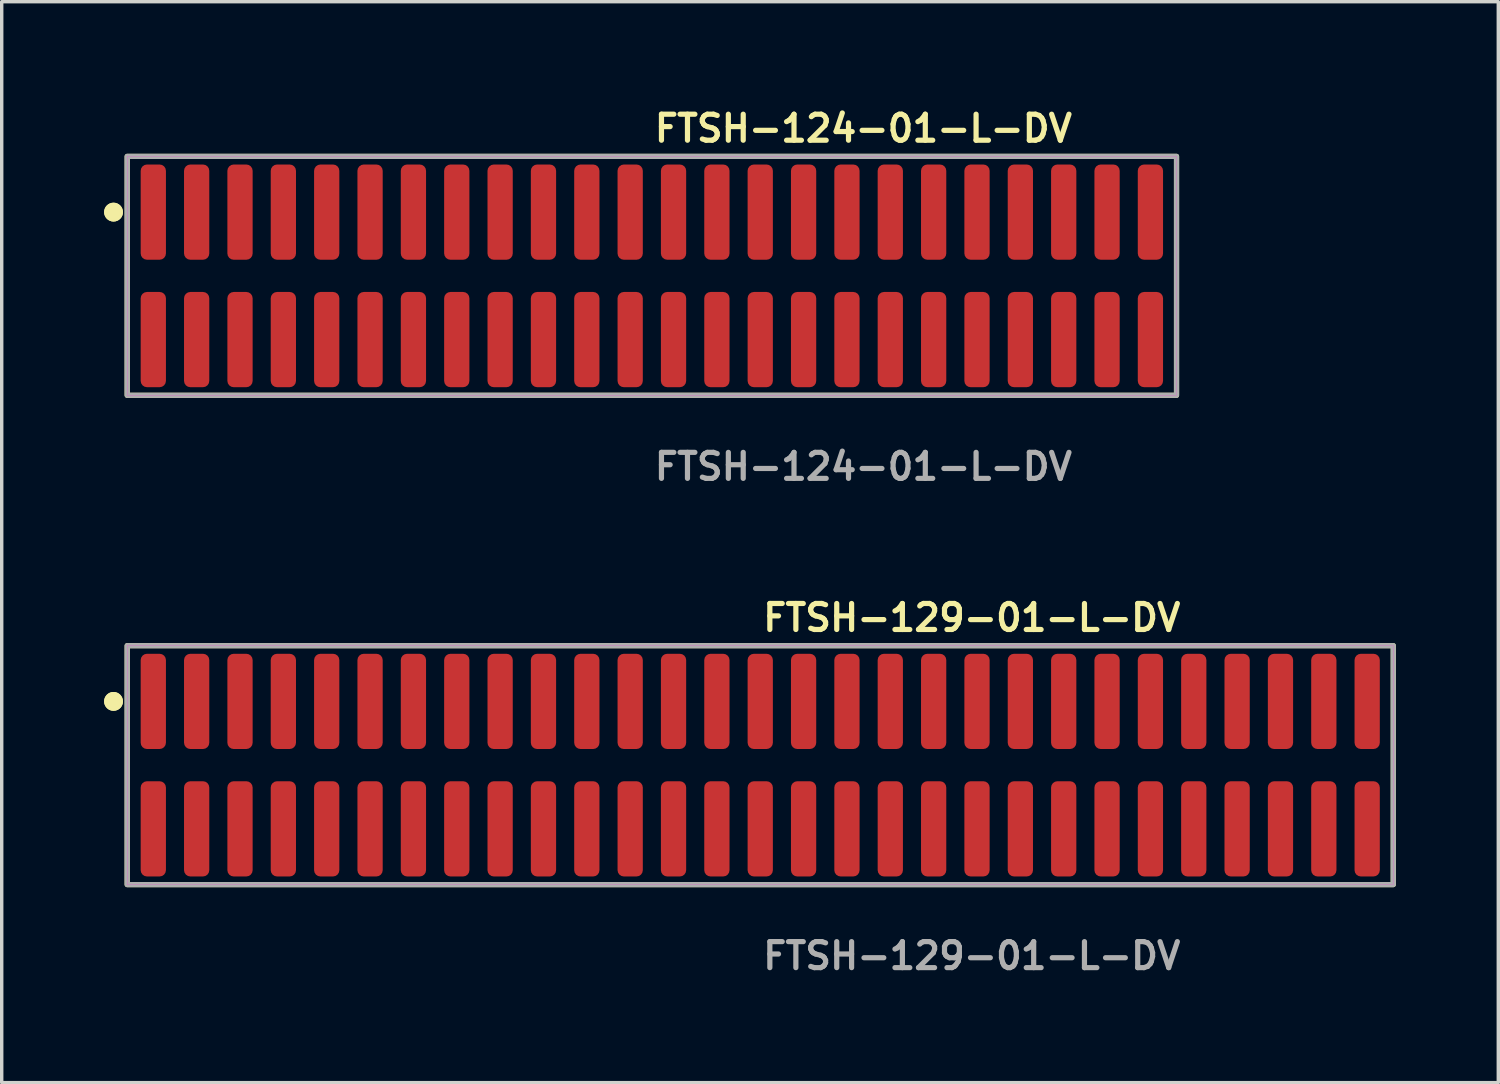
<source format=kicad_pcb>
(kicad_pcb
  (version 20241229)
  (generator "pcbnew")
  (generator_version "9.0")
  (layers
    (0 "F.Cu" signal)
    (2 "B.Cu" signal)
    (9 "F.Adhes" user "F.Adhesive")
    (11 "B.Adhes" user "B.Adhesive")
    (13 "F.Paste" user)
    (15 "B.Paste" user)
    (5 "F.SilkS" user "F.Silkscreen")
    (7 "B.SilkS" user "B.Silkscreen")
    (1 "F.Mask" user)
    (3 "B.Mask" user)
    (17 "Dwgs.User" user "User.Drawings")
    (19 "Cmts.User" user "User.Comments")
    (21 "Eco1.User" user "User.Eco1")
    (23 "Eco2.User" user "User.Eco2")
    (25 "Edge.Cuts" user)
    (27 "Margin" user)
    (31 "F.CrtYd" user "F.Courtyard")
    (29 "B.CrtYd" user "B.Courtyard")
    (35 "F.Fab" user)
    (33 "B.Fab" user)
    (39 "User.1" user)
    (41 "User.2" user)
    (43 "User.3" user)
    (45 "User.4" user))
  (footprint "FTSH-124-01-L-DV"
    (layer "F.Cu")
    (at 16.046 5.031)
    (property "Reference" "FTSH-124-01-L-DV" (at 0 -4.318 0) (unlocked yes) (layer "F.SilkS") (effects (font (size 0.762 0.762) (thickness 0.152)) (justify left)))
    (fp_rect (start -15.37 3.5) (end 15.37 -3.5) (stroke (width 0.152) (type solid)) (fill no) (layer "F.SilkS"))
    (fp_circle (center -15.77 -1.867) (end -15.97 -1.867) (stroke (width 0.152) (type solid)) (fill yes) (layer "F.SilkS"))
    (fp_circle (center -15.77 -1.867) (end -15.97 -1.867) (stroke (width 0.152) (type solid)) (fill yes) (layer "F.SilkS"))
    (fp_rect (start -15.37 3.5) (end 15.37 -3.5) (stroke (width 0.006) (type solid)) (fill no) (layer "F.CrtYd"))
    (fp_rect (start -15.37 3.5) (end 15.37 -3.5) (stroke (width 0.152) (type solid)) (fill no) (layer "F.Fab"))
    (fp_text user "${REFERENCE}" (at 0 5.588 0) (unlocked yes) (layer "F.Fab") (effects (font (size 0.762 0.762) (thickness 0.152)) (justify left)))
    (pad "1" smd roundrect (at -14.605 -1.867) (size 0.74 2.79) (layers "F.Cu" "F.Paste") (roundrect_rratio 0.25))
    (pad "2" smd roundrect (at -14.605 1.867) (size 0.74 2.79) (layers "F.Cu" "F.Paste") (roundrect_rratio 0.25))
    (pad "3" smd roundrect (at -13.335 -1.867) (size 0.74 2.79) (layers "F.Cu" "F.Paste") (roundrect_rratio 0.25))
    (pad "4" smd roundrect (at -13.335 1.867) (size 0.74 2.79) (layers "F.Cu" "F.Paste") (roundrect_rratio 0.25))
    (pad "5" smd roundrect (at -12.065 -1.867) (size 0.74 2.79) (layers "F.Cu" "F.Paste") (roundrect_rratio 0.25))
    (pad "6" smd roundrect (at -12.065 1.867) (size 0.74 2.79) (layers "F.Cu" "F.Paste") (roundrect_rratio 0.25))
    (pad "7" smd roundrect (at -10.795 -1.867) (size 0.74 2.79) (layers "F.Cu" "F.Paste") (roundrect_rratio 0.25))
    (pad "8" smd roundrect (at -10.795 1.867) (size 0.74 2.79) (layers "F.Cu" "F.Paste") (roundrect_rratio 0.25))
    (pad "9" smd roundrect (at -9.525 -1.867) (size 0.74 2.79) (layers "F.Cu" "F.Paste") (roundrect_rratio 0.25))
    (pad "10" smd roundrect (at -9.525 1.867) (size 0.74 2.79) (layers "F.Cu" "F.Paste") (roundrect_rratio 0.25))
    (pad "11" smd roundrect (at -8.255 -1.867) (size 0.74 2.79) (layers "F.Cu" "F.Paste") (roundrect_rratio 0.25))
    (pad "12" smd roundrect (at -8.255 1.867) (size 0.74 2.79) (layers "F.Cu" "F.Paste") (roundrect_rratio 0.25))
    (pad "13" smd roundrect (at -6.985 -1.867) (size 0.74 2.79) (layers "F.Cu" "F.Paste") (roundrect_rratio 0.25))
    (pad "14" smd roundrect (at -6.985 1.867) (size 0.74 2.79) (layers "F.Cu" "F.Paste") (roundrect_rratio 0.25))
    (pad "15" smd roundrect (at -5.715 -1.867) (size 0.74 2.79) (layers "F.Cu" "F.Paste") (roundrect_rratio 0.25))
    (pad "16" smd roundrect (at -5.715 1.867) (size 0.74 2.79) (layers "F.Cu" "F.Paste") (roundrect_rratio 0.25))
    (pad "17" smd roundrect (at -4.445 -1.867) (size 0.74 2.79) (layers "F.Cu" "F.Paste") (roundrect_rratio 0.25))
    (pad "18" smd roundrect (at -4.445 1.867) (size 0.74 2.79) (layers "F.Cu" "F.Paste") (roundrect_rratio 0.25))
    (pad "19" smd roundrect (at -3.175 -1.867) (size 0.74 2.79) (layers "F.Cu" "F.Paste") (roundrect_rratio 0.25))
    (pad "20" smd roundrect (at -3.175 1.867) (size 0.74 2.79) (layers "F.Cu" "F.Paste") (roundrect_rratio 0.25))
    (pad "21" smd roundrect (at -1.905 -1.867) (size 0.74 2.79) (layers "F.Cu" "F.Paste") (roundrect_rratio 0.25))
    (pad "22" smd roundrect (at -1.905 1.867) (size 0.74 2.79) (layers "F.Cu" "F.Paste") (roundrect_rratio 0.25))
    (pad "23" smd roundrect (at -0.635 -1.867) (size 0.74 2.79) (layers "F.Cu" "F.Paste") (roundrect_rratio 0.25))
    (pad "24" smd roundrect (at -0.635 1.867) (size 0.74 2.79) (layers "F.Cu" "F.Paste") (roundrect_rratio 0.25))
    (pad "25" smd roundrect (at 0.635 -1.867) (size 0.74 2.79) (layers "F.Cu" "F.Paste") (roundrect_rratio 0.25))
    (pad "26" smd roundrect (at 0.635 1.867) (size 0.74 2.79) (layers "F.Cu" "F.Paste") (roundrect_rratio 0.25))
    (pad "27" smd roundrect (at 1.905 -1.867) (size 0.74 2.79) (layers "F.Cu" "F.Paste") (roundrect_rratio 0.25))
    (pad "28" smd roundrect (at 1.905 1.867) (size 0.74 2.79) (layers "F.Cu" "F.Paste") (roundrect_rratio 0.25))
    (pad "29" smd roundrect (at 3.175 -1.867) (size 0.74 2.79) (layers "F.Cu" "F.Paste") (roundrect_rratio 0.25))
    (pad "30" smd roundrect (at 3.175 1.867) (size 0.74 2.79) (layers "F.Cu" "F.Paste") (roundrect_rratio 0.25))
    (pad "31" smd roundrect (at 4.445 -1.867) (size 0.74 2.79) (layers "F.Cu" "F.Paste") (roundrect_rratio 0.25))
    (pad "32" smd roundrect (at 4.445 1.867) (size 0.74 2.79) (layers "F.Cu" "F.Paste") (roundrect_rratio 0.25))
    (pad "33" smd roundrect (at 5.715 -1.867) (size 0.74 2.79) (layers "F.Cu" "F.Paste") (roundrect_rratio 0.25))
    (pad "34" smd roundrect (at 5.715 1.867) (size 0.74 2.79) (layers "F.Cu" "F.Paste") (roundrect_rratio 0.25))
    (pad "35" smd roundrect (at 6.985 -1.867) (size 0.74 2.79) (layers "F.Cu" "F.Paste") (roundrect_rratio 0.25))
    (pad "36" smd roundrect (at 6.985 1.867) (size 0.74 2.79) (layers "F.Cu" "F.Paste") (roundrect_rratio 0.25))
    (pad "37" smd roundrect (at 8.255 -1.867) (size 0.74 2.79) (layers "F.Cu" "F.Paste") (roundrect_rratio 0.25))
    (pad "38" smd roundrect (at 8.255 1.867) (size 0.74 2.79) (layers "F.Cu" "F.Paste") (roundrect_rratio 0.25))
    (pad "39" smd roundrect (at 9.525 -1.867) (size 0.74 2.79) (layers "F.Cu" "F.Paste") (roundrect_rratio 0.25))
    (pad "40" smd roundrect (at 9.525 1.867) (size 0.74 2.79) (layers "F.Cu" "F.Paste") (roundrect_rratio 0.25))
    (pad "41" smd roundrect (at 10.795 -1.867) (size 0.74 2.79) (layers "F.Cu" "F.Paste") (roundrect_rratio 0.25))
    (pad "42" smd roundrect (at 10.795 1.867) (size 0.74 2.79) (layers "F.Cu" "F.Paste") (roundrect_rratio 0.25))
    (pad "43" smd roundrect (at 12.065 -1.867) (size 0.74 2.79) (layers "F.Cu" "F.Paste") (roundrect_rratio 0.25))
    (pad "44" smd roundrect (at 12.065 1.867) (size 0.74 2.79) (layers "F.Cu" "F.Paste") (roundrect_rratio 0.25))
    (pad "45" smd roundrect (at 13.335 -1.867) (size 0.74 2.79) (layers "F.Cu" "F.Paste") (roundrect_rratio 0.25))
    (pad "46" smd roundrect (at 13.335 1.867) (size 0.74 2.79) (layers "F.Cu" "F.Paste") (roundrect_rratio 0.25))
    (pad "47" smd roundrect (at 14.605 -1.867) (size 0.74 2.79) (layers "F.Cu" "F.Paste") (roundrect_rratio 0.25))
    (pad "48" smd roundrect (at 14.605 1.867) (size 0.74 2.79) (layers "F.Cu" "F.Paste") (roundrect_rratio 0.25)))
  (footprint "FTSH-129-01-L-DV"
    (layer "F.Cu")
    (at 19.221 19.364)
    (property "Reference" "FTSH-129-01-L-DV" (at 0 -4.318 0) (unlocked yes) (layer "F.SilkS") (effects (font (size 0.762 0.762) (thickness 0.152)) (justify left)))
    (fp_rect (start -18.545 3.5) (end 18.545 -3.5) (stroke (width 0.152) (type solid)) (fill no) (layer "F.SilkS"))
    (fp_circle (center -18.945 -1.867) (end -19.145 -1.867) (stroke (width 0.152) (type solid)) (fill yes) (layer "F.SilkS"))
    (fp_circle (center -18.945 -1.867) (end -19.145 -1.867) (stroke (width 0.152) (type solid)) (fill yes) (layer "F.SilkS"))
    (fp_rect (start -18.545 3.5) (end 18.545 -3.5) (stroke (width 0.006) (type solid)) (fill no) (layer "F.CrtYd"))
    (fp_rect (start -18.545 3.5) (end 18.545 -3.5) (stroke (width 0.152) (type solid)) (fill no) (layer "F.Fab"))
    (fp_text user "${REFERENCE}" (at 0 5.588 0) (unlocked yes) (layer "F.Fab") (effects (font (size 0.762 0.762) (thickness 0.152)) (justify left)))
    (pad "1" smd roundrect (at -17.78 -1.867) (size 0.74 2.79) (layers "F.Cu" "F.Paste") (roundrect_rratio 0.25))
    (pad "2" smd roundrect (at -17.78 1.867) (size 0.74 2.79) (layers "F.Cu" "F.Paste") (roundrect_rratio 0.25))
    (pad "3" smd roundrect (at -16.51 -1.867) (size 0.74 2.79) (layers "F.Cu" "F.Paste") (roundrect_rratio 0.25))
    (pad "4" smd roundrect (at -16.51 1.867) (size 0.74 2.79) (layers "F.Cu" "F.Paste") (roundrect_rratio 0.25))
    (pad "5" smd roundrect (at -15.24 -1.867) (size 0.74 2.79) (layers "F.Cu" "F.Paste") (roundrect_rratio 0.25))
    (pad "6" smd roundrect (at -15.24 1.867) (size 0.74 2.79) (layers "F.Cu" "F.Paste") (roundrect_rratio 0.25))
    (pad "7" smd roundrect (at -13.97 -1.867) (size 0.74 2.79) (layers "F.Cu" "F.Paste") (roundrect_rratio 0.25))
    (pad "8" smd roundrect (at -13.97 1.867) (size 0.74 2.79) (layers "F.Cu" "F.Paste") (roundrect_rratio 0.25))
    (pad "9" smd roundrect (at -12.7 -1.867) (size 0.74 2.79) (layers "F.Cu" "F.Paste") (roundrect_rratio 0.25))
    (pad "10" smd roundrect (at -12.7 1.867) (size 0.74 2.79) (layers "F.Cu" "F.Paste") (roundrect_rratio 0.25))
    (pad "11" smd roundrect (at -11.43 -1.867) (size 0.74 2.79) (layers "F.Cu" "F.Paste") (roundrect_rratio 0.25))
    (pad "12" smd roundrect (at -11.43 1.867) (size 0.74 2.79) (layers "F.Cu" "F.Paste") (roundrect_rratio 0.25))
    (pad "13" smd roundrect (at -10.16 -1.867) (size 0.74 2.79) (layers "F.Cu" "F.Paste") (roundrect_rratio 0.25))
    (pad "14" smd roundrect (at -10.16 1.867) (size 0.74 2.79) (layers "F.Cu" "F.Paste") (roundrect_rratio 0.25))
    (pad "15" smd roundrect (at -8.89 -1.867) (size 0.74 2.79) (layers "F.Cu" "F.Paste") (roundrect_rratio 0.25))
    (pad "16" smd roundrect (at -8.89 1.867) (size 0.74 2.79) (layers "F.Cu" "F.Paste") (roundrect_rratio 0.25))
    (pad "17" smd roundrect (at -7.62 -1.867) (size 0.74 2.79) (layers "F.Cu" "F.Paste") (roundrect_rratio 0.25))
    (pad "18" smd roundrect (at -7.62 1.867) (size 0.74 2.79) (layers "F.Cu" "F.Paste") (roundrect_rratio 0.25))
    (pad "19" smd roundrect (at -6.35 -1.867) (size 0.74 2.79) (layers "F.Cu" "F.Paste") (roundrect_rratio 0.25))
    (pad "20" smd roundrect (at -6.35 1.867) (size 0.74 2.79) (layers "F.Cu" "F.Paste") (roundrect_rratio 0.25))
    (pad "21" smd roundrect (at -5.08 -1.867) (size 0.74 2.79) (layers "F.Cu" "F.Paste") (roundrect_rratio 0.25))
    (pad "22" smd roundrect (at -5.08 1.867) (size 0.74 2.79) (layers "F.Cu" "F.Paste") (roundrect_rratio 0.25))
    (pad "23" smd roundrect (at -3.81 -1.867) (size 0.74 2.79) (layers "F.Cu" "F.Paste") (roundrect_rratio 0.25))
    (pad "24" smd roundrect (at -3.81 1.867) (size 0.74 2.79) (layers "F.Cu" "F.Paste") (roundrect_rratio 0.25))
    (pad "25" smd roundrect (at -2.54 -1.867) (size 0.74 2.79) (layers "F.Cu" "F.Paste") (roundrect_rratio 0.25))
    (pad "26" smd roundrect (at -2.54 1.867) (size 0.74 2.79) (layers "F.Cu" "F.Paste") (roundrect_rratio 0.25))
    (pad "27" smd roundrect (at -1.27 -1.867) (size 0.74 2.79) (layers "F.Cu" "F.Paste") (roundrect_rratio 0.25))
    (pad "28" smd roundrect (at -1.27 1.867) (size 0.74 2.79) (layers "F.Cu" "F.Paste") (roundrect_rratio 0.25))
    (pad "29" smd roundrect (at 0 -1.867) (size 0.74 2.79) (layers "F.Cu" "F.Paste") (roundrect_rratio 0.25))
    (pad "30" smd roundrect (at 0 1.867) (size 0.74 2.79) (layers "F.Cu" "F.Paste") (roundrect_rratio 0.25))
    (pad "31" smd roundrect (at 1.27 -1.867) (size 0.74 2.79) (layers "F.Cu" "F.Paste") (roundrect_rratio 0.25))
    (pad "32" smd roundrect (at 1.27 1.867) (size 0.74 2.79) (layers "F.Cu" "F.Paste") (roundrect_rratio 0.25))
    (pad "33" smd roundrect (at 2.54 -1.867) (size 0.74 2.79) (layers "F.Cu" "F.Paste") (roundrect_rratio 0.25))
    (pad "34" smd roundrect (at 2.54 1.867) (size 0.74 2.79) (layers "F.Cu" "F.Paste") (roundrect_rratio 0.25))
    (pad "35" smd roundrect (at 3.81 -1.867) (size 0.74 2.79) (layers "F.Cu" "F.Paste") (roundrect_rratio 0.25))
    (pad "36" smd roundrect (at 3.81 1.867) (size 0.74 2.79) (layers "F.Cu" "F.Paste") (roundrect_rratio 0.25))
    (pad "37" smd roundrect (at 5.08 -1.867) (size 0.74 2.79) (layers "F.Cu" "F.Paste") (roundrect_rratio 0.25))
    (pad "38" smd roundrect (at 5.08 1.867) (size 0.74 2.79) (layers "F.Cu" "F.Paste") (roundrect_rratio 0.25))
    (pad "39" smd roundrect (at 6.35 -1.867) (size 0.74 2.79) (layers "F.Cu" "F.Paste") (roundrect_rratio 0.25))
    (pad "40" smd roundrect (at 6.35 1.867) (size 0.74 2.79) (layers "F.Cu" "F.Paste") (roundrect_rratio 0.25))
    (pad "41" smd roundrect (at 7.62 -1.867) (size 0.74 2.79) (layers "F.Cu" "F.Paste") (roundrect_rratio 0.25))
    (pad "42" smd roundrect (at 7.62 1.867) (size 0.74 2.79) (layers "F.Cu" "F.Paste") (roundrect_rratio 0.25))
    (pad "43" smd roundrect (at 8.89 -1.867) (size 0.74 2.79) (layers "F.Cu" "F.Paste") (roundrect_rratio 0.25))
    (pad "44" smd roundrect (at 8.89 1.867) (size 0.74 2.79) (layers "F.Cu" "F.Paste") (roundrect_rratio 0.25))
    (pad "45" smd roundrect (at 10.16 -1.867) (size 0.74 2.79) (layers "F.Cu" "F.Paste") (roundrect_rratio 0.25))
    (pad "46" smd roundrect (at 10.16 1.867) (size 0.74 2.79) (layers "F.Cu" "F.Paste") (roundrect_rratio 0.25))
    (pad "47" smd roundrect (at 11.43 -1.867) (size 0.74 2.79) (layers "F.Cu" "F.Paste") (roundrect_rratio 0.25))
    (pad "48" smd roundrect (at 11.43 1.867) (size 0.74 2.79) (layers "F.Cu" "F.Paste") (roundrect_rratio 0.25))
    (pad "49" smd roundrect (at 12.7 -1.867) (size 0.74 2.79) (layers "F.Cu" "F.Paste") (roundrect_rratio 0.25))
    (pad "50" smd roundrect (at 12.7 1.867) (size 0.74 2.79) (layers "F.Cu" "F.Paste") (roundrect_rratio 0.25))
    (pad "51" smd roundrect (at 13.97 -1.867) (size 0.74 2.79) (layers "F.Cu" "F.Paste") (roundrect_rratio 0.25))
    (pad "52" smd roundrect (at 13.97 1.867) (size 0.74 2.79) (layers "F.Cu" "F.Paste") (roundrect_rratio 0.25))
    (pad "53" smd roundrect (at 15.24 -1.867) (size 0.74 2.79) (layers "F.Cu" "F.Paste") (roundrect_rratio 0.25))
    (pad "54" smd roundrect (at 15.24 1.867) (size 0.74 2.79) (layers "F.Cu" "F.Paste") (roundrect_rratio 0.25))
    (pad "55" smd roundrect (at 16.51 -1.867) (size 0.74 2.79) (layers "F.Cu" "F.Paste") (roundrect_rratio 0.25))
    (pad "56" smd roundrect (at 16.51 1.867) (size 0.74 2.79) (layers "F.Cu" "F.Paste") (roundrect_rratio 0.25))
    (pad "57" smd roundrect (at 17.78 -1.867) (size 0.74 2.79) (layers "F.Cu" "F.Paste") (roundrect_rratio 0.25))
    (pad "58" smd roundrect (at 17.78 1.867) (size 0.74 2.79) (layers "F.Cu" "F.Paste") (roundrect_rratio 0.25)))
  (gr_rect
    (start -3 -3)
    (end 40.842 28.665)
    (stroke (width 0.1) (type default))
    (fill no)
    (layer "Edge.Cuts")))
</source>
